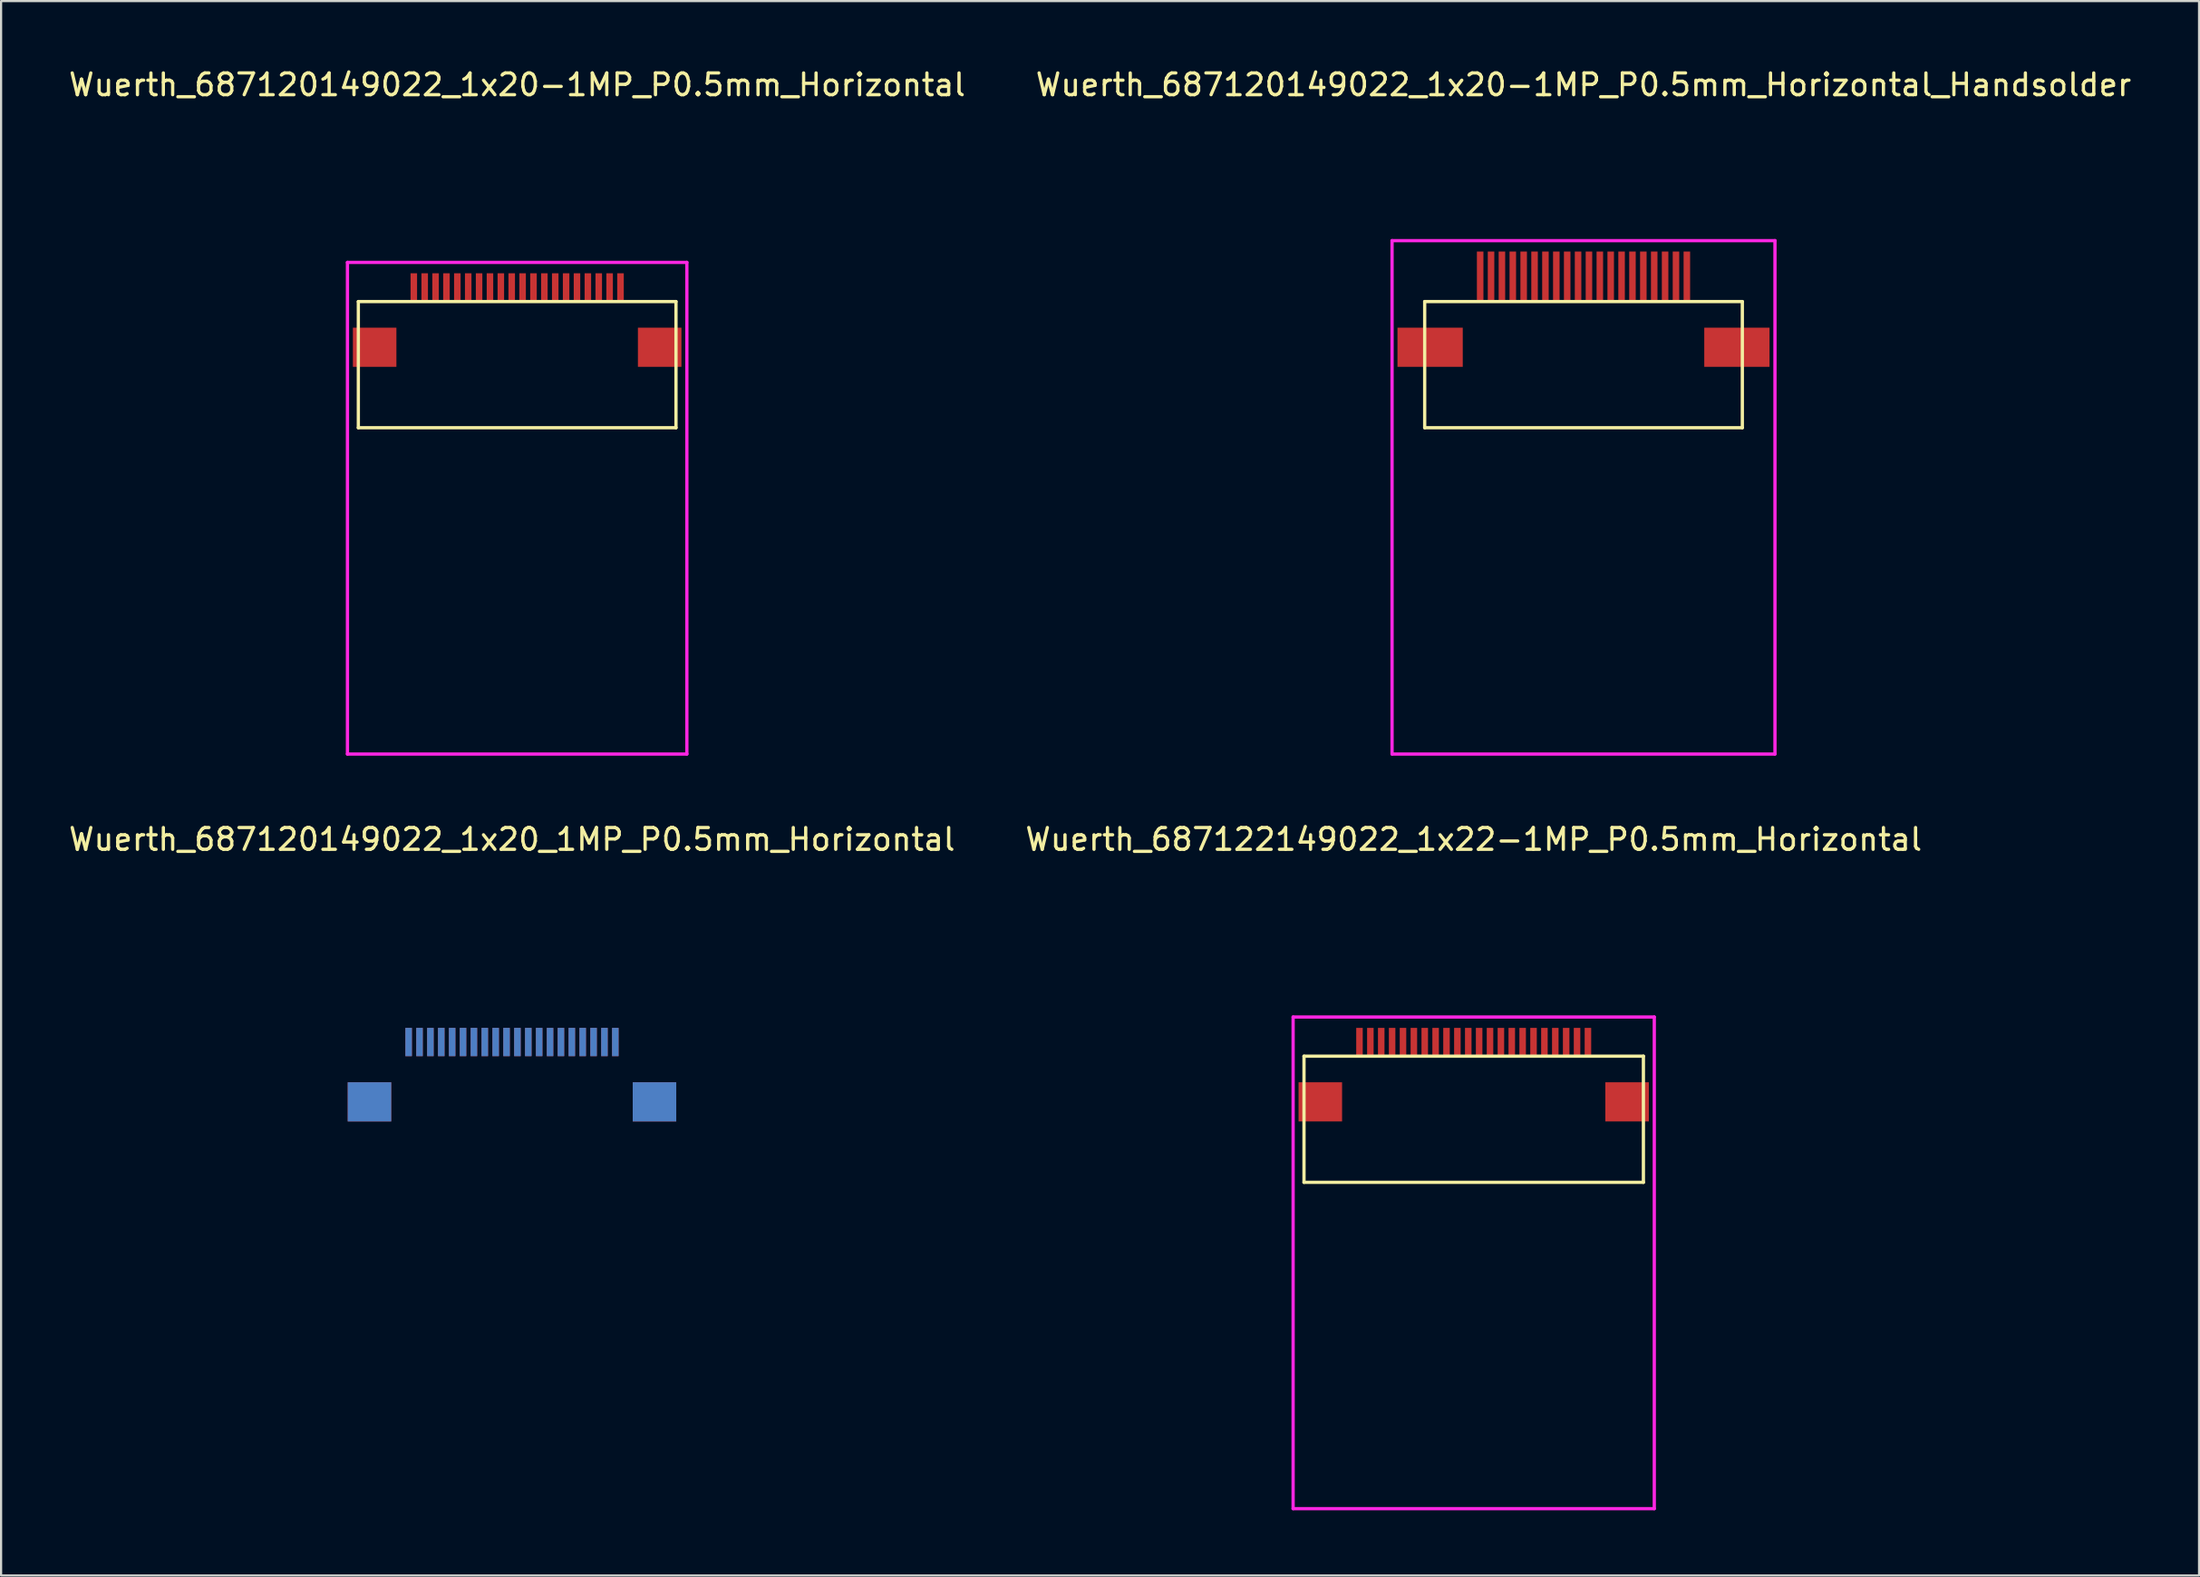
<source format=kicad_pcb>
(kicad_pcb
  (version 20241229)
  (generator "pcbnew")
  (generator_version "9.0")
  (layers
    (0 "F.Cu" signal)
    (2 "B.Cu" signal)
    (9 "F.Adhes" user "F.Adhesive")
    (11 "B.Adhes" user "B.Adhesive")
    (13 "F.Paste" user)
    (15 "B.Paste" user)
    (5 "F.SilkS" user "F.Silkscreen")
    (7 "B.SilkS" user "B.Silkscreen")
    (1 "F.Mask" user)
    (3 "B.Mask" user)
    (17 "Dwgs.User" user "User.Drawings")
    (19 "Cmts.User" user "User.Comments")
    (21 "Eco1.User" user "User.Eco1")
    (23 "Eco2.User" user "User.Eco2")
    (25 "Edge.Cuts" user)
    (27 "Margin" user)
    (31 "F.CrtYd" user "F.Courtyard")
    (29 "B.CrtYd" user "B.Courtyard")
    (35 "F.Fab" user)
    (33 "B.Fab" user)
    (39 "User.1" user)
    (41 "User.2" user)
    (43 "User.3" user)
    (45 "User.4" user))
  (footprint "Wuerth_687120149022_1x20-1MP_P0.5mm_Horizontal"
    (layer "F.Cu")
    (at 20.72 12.913)
    (property "Reference" "Wuerth_687120149022_1x20-1MP_P0.5mm_Horizontal" (at 0 -12.065 0) (layer "F.SilkS") (effects (font (size 1 1) (thickness 0.15))))
    (attr through_hole)
    (fp_line (start -7.3 -2.1) (end 7.3 -2.1) (stroke (width 0.15) (type solid)) (layer "F.SilkS"))
    (fp_line (start -7.3 3.7) (end -7.3 -2.1) (stroke (width 0.15) (type solid)) (layer "F.SilkS"))
    (fp_line (start 7.3 -2.1) (end 7.3 3.7) (stroke (width 0.15) (type solid)) (layer "F.SilkS"))
    (fp_line (start 7.3 3.7) (end -7.3 3.7) (stroke (width 0.15) (type solid)) (layer "F.SilkS"))
    (fp_line (start -7.8 -3.9) (end 7.8 -3.9) (stroke (width 0.15) (type solid)) (layer "F.CrtYd"))
    (fp_line (start -7.8 18.7) (end -7.8 -3.9) (stroke (width 0.15) (type solid)) (layer "F.CrtYd"))
    (fp_line (start 7.8 -3.9) (end 7.8 18.7) (stroke (width 0.15) (type solid)) (layer "F.CrtYd"))
    (fp_line (start 7.8 18.7) (end -7.8 18.7) (stroke (width 0.15) (type solid)) (layer "F.CrtYd"))
    (pad "1" smd rect (at -4.75 -2.75) (size 0.3 1.3) (layers "F.Cu" "F.Mask" "F.Paste"))
    (pad "2" smd rect (at -4.25 -2.75) (size 0.3 1.3) (layers "F.Cu" "F.Mask" "F.Paste"))
    (pad "3" smd rect (at -3.75 -2.75) (size 0.3 1.3) (layers "F.Cu" "F.Mask" "F.Paste"))
    (pad "4" smd rect (at -3.25 -2.75) (size 0.3 1.3) (layers "F.Cu" "F.Mask" "F.Paste"))
    (pad "5" smd rect (at -2.75 -2.75) (size 0.3 1.3) (layers "F.Cu" "F.Mask" "F.Paste"))
    (pad "6" smd rect (at -2.25 -2.75) (size 0.3 1.3) (layers "F.Cu" "F.Mask" "F.Paste"))
    (pad "7" smd rect (at -1.75 -2.75) (size 0.3 1.3) (layers "F.Cu" "F.Mask" "F.Paste"))
    (pad "8" smd rect (at -1.25 -2.75) (size 0.3 1.3) (layers "F.Cu" "F.Mask" "F.Paste"))
    (pad "9" smd rect (at -0.75 -2.75) (size 0.3 1.3) (layers "F.Cu" "F.Mask" "F.Paste"))
    (pad "10" smd rect (at -0.25 -2.75) (size 0.3 1.3) (layers "F.Cu" "F.Mask" "F.Paste"))
    (pad "11" smd rect (at 0.25 -2.75) (size 0.3 1.3) (layers "F.Cu" "F.Mask" "F.Paste"))
    (pad "12" smd rect (at 0.75 -2.75) (size 0.3 1.3) (layers "F.Cu" "F.Mask" "F.Paste"))
    (pad "13" smd rect (at 1.25 -2.75) (size 0.3 1.3) (layers "F.Cu" "F.Mask" "F.Paste"))
    (pad "14" smd rect (at 1.75 -2.75) (size 0.3 1.3) (layers "F.Cu" "F.Mask" "F.Paste"))
    (pad "15" smd rect (at 2.25 -2.75) (size 0.3 1.3) (layers "F.Cu" "F.Mask" "F.Paste"))
    (pad "16" smd rect (at 2.75 -2.75) (size 0.3 1.3) (layers "F.Cu" "F.Mask" "F.Paste"))
    (pad "17" smd rect (at 3.25 -2.75) (size 0.3 1.3) (layers "F.Cu" "F.Mask" "F.Paste"))
    (pad "18" smd rect (at 3.75 -2.75) (size 0.3 1.3) (layers "F.Cu" "F.Mask" "F.Paste"))
    (pad "19" smd rect (at 4.25 -2.75) (size 0.3 1.3) (layers "F.Cu" "F.Mask" "F.Paste"))
    (pad "20" smd rect (at 4.75 -2.75) (size 0.3 1.3) (layers "F.Cu" "F.Mask" "F.Paste"))
    (pad "MP" smd rect (at -6.55 0) (size 2 1.8) (layers "F.Cu" "F.Mask" "F.Paste"))
    (pad "MP" smd rect (at 6.55 0) (size 2 1.8) (layers "F.Cu" "F.Mask" "F.Paste")))
  (footprint "Wuerth_687120149022_1x20_1MP_P0.5mm_Horizontal"
    (layer "F.Cu")
    (at 20.482 47.602)
    (property "Reference" "Wuerth_687120149022_1x20_1MP_P0.5mm_Horizontal" (at 0 -12.065 0) (layer "F.SilkS") (effects (font (size 1 1) (thickness 0.15))))
    (attr through_hole)
    (pad "1" smd rect (at -4.75 -2.75) (size 0.3 1.3) (layers "*.Cu" "*.Mask"))
    (pad "2" smd rect (at -4.25 -2.75) (size 0.3 1.3) (layers "*.Cu" "*.Mask"))
    (pad "3" smd rect (at -3.75 -2.75) (size 0.3 1.3) (layers "*.Cu" "*.Mask"))
    (pad "4" smd rect (at -3.25 -2.75) (size 0.3 1.3) (layers "*.Cu" "*.Mask"))
    (pad "5" smd rect (at -2.75 -2.75) (size 0.3 1.3) (layers "*.Cu" "*.Mask"))
    (pad "6" smd rect (at -2.25 -2.75) (size 0.3 1.3) (layers "*.Cu" "*.Mask"))
    (pad "7" smd rect (at -1.75 -2.75) (size 0.3 1.3) (layers "*.Cu" "*.Mask"))
    (pad "8" smd rect (at -1.25 -2.75) (size 0.3 1.3) (layers "*.Cu" "*.Mask"))
    (pad "9" smd rect (at -0.75 -2.75) (size 0.3 1.3) (layers "*.Cu" "*.Mask"))
    (pad "10" smd rect (at -0.25 -2.75) (size 0.3 1.3) (layers "*.Cu" "*.Mask"))
    (pad "11" smd rect (at 0.25 -2.75) (size 0.3 1.3) (layers "*.Cu" "*.Mask"))
    (pad "12" smd rect (at 0.75 -2.75) (size 0.3 1.3) (layers "*.Cu" "*.Mask"))
    (pad "13" smd rect (at 1.25 -2.75) (size 0.3 1.3) (layers "*.Cu" "*.Mask"))
    (pad "14" smd rect (at 1.75 -2.75) (size 0.3 1.3) (layers "*.Cu" "*.Mask"))
    (pad "15" smd rect (at 2.25 -2.75) (size 0.3 1.3) (layers "*.Cu" "*.Mask"))
    (pad "16" smd rect (at 2.75 -2.75) (size 0.3 1.3) (layers "*.Cu" "*.Mask"))
    (pad "17" smd rect (at 3.25 -2.75) (size 0.3 1.3) (layers "*.Cu" "*.Mask"))
    (pad "18" smd rect (at 3.75 -2.75) (size 0.3 1.3) (layers "*.Cu" "*.Mask"))
    (pad "19" smd rect (at 4.25 -2.75) (size 0.3 1.3) (layers "*.Cu" "*.Mask"))
    (pad "20" smd rect (at 4.75 -2.75) (size 0.3 1.3) (layers "*.Cu" "*.Mask"))
    (pad "MP" smd rect (at -6.55 0) (size 2 1.8) (layers "*.Cu" "*.Mask"))
    (pad "MP" smd rect (at 6.55 0) (size 2 1.8) (layers "*.Cu" "*.Mask")))
  (footprint "Wuerth_687120149022_1x20-1MP_P0.5mm_Horizontal_Handsolder"
    (layer "F.Cu")
    (at 69.732 12.913)
    (property "Reference" "Wuerth_687120149022_1x20-1MP_P0.5mm_Horizontal_Handsolder" (at 0 -12.065 0) (layer "F.SilkS") (effects (font (size 1 1) (thickness 0.15))))
    (attr through_hole)
    (fp_line (start -7.3 -2.1) (end 7.3 -2.1) (stroke (width 0.15) (type solid)) (layer "F.SilkS"))
    (fp_line (start -7.3 3.7) (end -7.3 -2.1) (stroke (width 0.15) (type solid)) (layer "F.SilkS"))
    (fp_line (start 7.3 -2.1) (end 7.3 3.7) (stroke (width 0.15) (type solid)) (layer "F.SilkS"))
    (fp_line (start 7.3 3.7) (end -7.3 3.7) (stroke (width 0.15) (type solid)) (layer "F.SilkS"))
    (fp_line (start -8.8 -4.9) (end 8.8 -4.9) (stroke (width 0.15) (type solid)) (layer "F.CrtYd"))
    (fp_line (start -8.8 18.7) (end -8.8 -4.9) (stroke (width 0.15) (type solid)) (layer "F.CrtYd"))
    (fp_line (start 8.8 -4.9) (end 8.8 18.7) (stroke (width 0.15) (type solid)) (layer "F.CrtYd"))
    (fp_line (start 8.8 18.7) (end -8.8 18.7) (stroke (width 0.15) (type solid)) (layer "F.CrtYd"))
    (pad "1" smd rect (at -4.75 -3.25) (size 0.3 2.3) (layers "F.Cu" "F.Mask"))
    (pad "2" smd rect (at -4.25 -3.25) (size 0.3 2.3) (layers "F.Cu" "F.Mask"))
    (pad "3" smd rect (at -3.75 -3.25) (size 0.3 2.3) (layers "F.Cu" "F.Mask"))
    (pad "4" smd rect (at -3.25 -3.25) (size 0.3 2.3) (layers "F.Cu" "F.Mask"))
    (pad "5" smd rect (at -2.75 -3.25) (size 0.3 2.3) (layers "F.Cu" "F.Mask"))
    (pad "6" smd rect (at -2.25 -3.25) (size 0.3 2.3) (layers "F.Cu" "F.Mask"))
    (pad "7" smd rect (at -1.75 -3.25) (size 0.3 2.3) (layers "F.Cu" "F.Mask"))
    (pad "8" smd rect (at -1.25 -3.25) (size 0.3 2.3) (layers "F.Cu" "F.Mask"))
    (pad "9" smd rect (at -0.75 -3.25) (size 0.3 2.3) (layers "F.Cu" "F.Mask"))
    (pad "10" smd rect (at -0.25 -3.25) (size 0.3 2.3) (layers "F.Cu" "F.Mask"))
    (pad "11" smd rect (at 0.25 -3.25) (size 0.3 2.3) (layers "F.Cu" "F.Mask"))
    (pad "12" smd rect (at 0.75 -3.25) (size 0.3 2.3) (layers "F.Cu" "F.Mask"))
    (pad "13" smd rect (at 1.25 -3.25) (size 0.3 2.3) (layers "F.Cu" "F.Mask"))
    (pad "14" smd rect (at 1.75 -3.25) (size 0.3 2.3) (layers "F.Cu" "F.Mask"))
    (pad "15" smd rect (at 2.25 -3.25) (size 0.3 2.3) (layers "F.Cu" "F.Mask"))
    (pad "16" smd rect (at 2.75 -3.25) (size 0.3 2.3) (layers "F.Cu" "F.Mask"))
    (pad "17" smd rect (at 3.25 -3.25) (size 0.3 2.3) (layers "F.Cu" "F.Mask"))
    (pad "18" smd rect (at 3.75 -3.25) (size 0.3 2.3) (layers "F.Cu" "F.Mask"))
    (pad "19" smd rect (at 4.25 -3.25) (size 0.3 2.3) (layers "F.Cu" "F.Mask"))
    (pad "20" smd rect (at 4.75 -3.25) (size 0.3 2.3) (layers "F.Cu" "F.Mask"))
    (pad "MP" smd rect (at -7.05 0) (size 3 1.8) (layers "F.Cu" "F.Mask"))
    (pad "MP" smd rect (at 7.05 0) (size 3 1.8) (layers "F.Cu" "F.Mask")))
  (footprint "Wuerth_687122149022_1x22-1MP_P0.5mm_Horizontal"
    (layer "F.Cu")
    (at 64.685 47.602)
    (property "Reference" "Wuerth_687122149022_1x22-1MP_P0.5mm_Horizontal" (at 0 -12.065 0) (layer "F.SilkS") (effects (font (size 1 1) (thickness 0.15))))
    (attr through_hole)
    (fp_line (start -7.8 -2.1) (end 7.8 -2.1) (stroke (width 0.15) (type solid)) (layer "F.SilkS"))
    (fp_line (start -7.8 3.7) (end -7.8 -2.1) (stroke (width 0.15) (type solid)) (layer "F.SilkS"))
    (fp_line (start 7.8 -2.1) (end 7.8 3.7) (stroke (width 0.15) (type solid)) (layer "F.SilkS"))
    (fp_line (start 7.8 3.7) (end -7.8 3.7) (stroke (width 0.15) (type solid)) (layer "F.SilkS"))
    (fp_line (start -8.3 -3.9) (end 8.3 -3.9) (stroke (width 0.15) (type solid)) (layer "F.CrtYd"))
    (fp_line (start -8.3 18.7) (end -8.3 -3.9) (stroke (width 0.15) (type solid)) (layer "F.CrtYd"))
    (fp_line (start 8.3 -3.9) (end 8.3 18.7) (stroke (width 0.15) (type solid)) (layer "F.CrtYd"))
    (fp_line (start 8.3 18.7) (end -8.3 18.7) (stroke (width 0.15) (type solid)) (layer "F.CrtYd"))
    (pad "1" smd rect (at -5.25 -2.75) (size 0.3 1.3) (layers "F.Cu" "F.Mask" "F.Paste"))
    (pad "2" smd rect (at -4.75 -2.75) (size 0.3 1.3) (layers "F.Cu" "F.Mask" "F.Paste"))
    (pad "3" smd rect (at -4.25 -2.75) (size 0.3 1.3) (layers "F.Cu" "F.Mask" "F.Paste"))
    (pad "4" smd rect (at -3.75 -2.75) (size 0.3 1.3) (layers "F.Cu" "F.Mask" "F.Paste"))
    (pad "5" smd rect (at -3.25 -2.75) (size 0.3 1.3) (layers "F.Cu" "F.Mask" "F.Paste"))
    (pad "6" smd rect (at -2.75 -2.75) (size 0.3 1.3) (layers "F.Cu" "F.Mask" "F.Paste"))
    (pad "7" smd rect (at -2.25 -2.75) (size 0.3 1.3) (layers "F.Cu" "F.Mask" "F.Paste"))
    (pad "8" smd rect (at -1.75 -2.75) (size 0.3 1.3) (layers "F.Cu" "F.Mask" "F.Paste"))
    (pad "9" smd rect (at -1.25 -2.75) (size 0.3 1.3) (layers "F.Cu" "F.Mask" "F.Paste"))
    (pad "10" smd rect (at -0.75 -2.75) (size 0.3 1.3) (layers "F.Cu" "F.Mask" "F.Paste"))
    (pad "11" smd rect (at -0.25 -2.75) (size 0.3 1.3) (layers "F.Cu" "F.Mask" "F.Paste"))
    (pad "12" smd rect (at 0.25 -2.75) (size 0.3 1.3) (layers "F.Cu" "F.Mask" "F.Paste"))
    (pad "13" smd rect (at 0.75 -2.75) (size 0.3 1.3) (layers "F.Cu" "F.Mask" "F.Paste"))
    (pad "14" smd rect (at 1.25 -2.75) (size 0.3 1.3) (layers "F.Cu" "F.Mask" "F.Paste"))
    (pad "15" smd rect (at 1.75 -2.75) (size 0.3 1.3) (layers "F.Cu" "F.Mask" "F.Paste"))
    (pad "16" smd rect (at 2.25 -2.75) (size 0.3 1.3) (layers "F.Cu" "F.Mask" "F.Paste"))
    (pad "17" smd rect (at 2.75 -2.75) (size 0.3 1.3) (layers "F.Cu" "F.Mask" "F.Paste"))
    (pad "18" smd rect (at 3.25 -2.75) (size 0.3 1.3) (layers "F.Cu" "F.Mask" "F.Paste"))
    (pad "19" smd rect (at 3.75 -2.75) (size 0.3 1.3) (layers "F.Cu" "F.Mask" "F.Paste"))
    (pad "20" smd rect (at 4.25 -2.75) (size 0.3 1.3) (layers "F.Cu" "F.Mask" "F.Paste"))
    (pad "21" smd rect (at 4.75 -2.75) (size 0.3 1.3) (layers "F.Cu" "F.Mask" "F.Paste"))
    (pad "22" smd rect (at 5.25 -2.75) (size 0.3 1.3) (layers "F.Cu" "F.Mask" "F.Paste"))
    (pad "MP" smd rect (at -7.05 0) (size 2 1.8) (layers "F.Cu" "F.Mask" "F.Paste"))
    (pad "MP" smd rect (at 7.05 0) (size 2 1.8) (layers "F.Cu" "F.Mask" "F.Paste")))
  (gr_rect
    (start -3 -3)
    (end 98.024 69.376)
    (stroke (width 0.1) (type default))
    (fill no)
    (layer "Edge.Cuts")))
</source>
